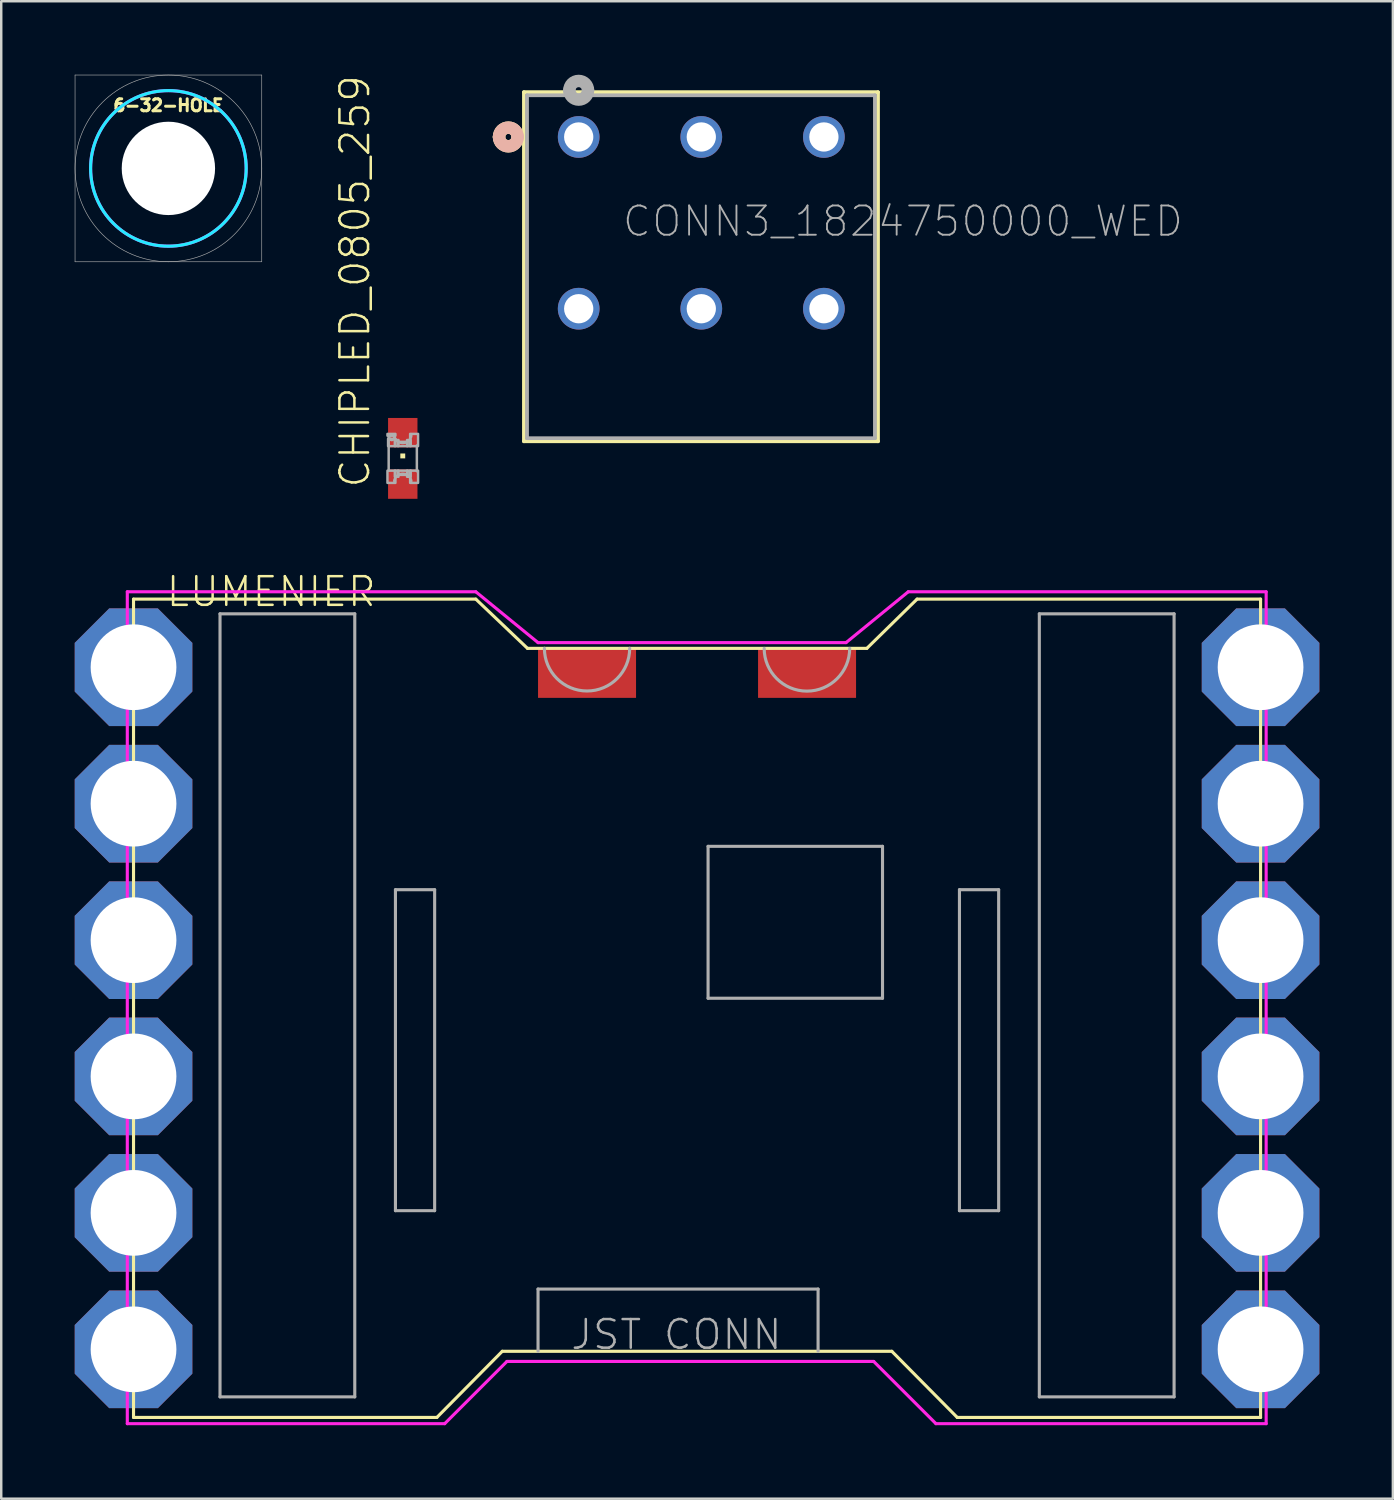
<source format=kicad_pcb>
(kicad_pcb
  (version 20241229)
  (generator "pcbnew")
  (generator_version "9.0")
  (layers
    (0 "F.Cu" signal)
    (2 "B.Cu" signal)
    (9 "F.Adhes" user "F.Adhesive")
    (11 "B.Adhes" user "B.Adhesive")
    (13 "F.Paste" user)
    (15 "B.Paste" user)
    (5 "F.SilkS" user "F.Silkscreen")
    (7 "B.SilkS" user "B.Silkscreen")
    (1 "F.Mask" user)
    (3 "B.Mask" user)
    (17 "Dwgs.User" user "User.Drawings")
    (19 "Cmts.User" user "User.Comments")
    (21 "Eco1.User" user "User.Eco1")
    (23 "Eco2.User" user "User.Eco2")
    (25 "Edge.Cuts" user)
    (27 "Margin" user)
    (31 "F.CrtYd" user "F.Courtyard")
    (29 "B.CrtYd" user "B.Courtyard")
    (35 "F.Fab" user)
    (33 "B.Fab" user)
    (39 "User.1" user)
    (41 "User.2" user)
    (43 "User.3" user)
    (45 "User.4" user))
  (footprint "CONN3_1824750000_WED"
    (layer "F.Cu")
    (at 20.569 2.54)
    (property "Reference" "CONN3_1824750000_WED" (at 1.727 4.14 0) (unlocked yes) (layer "F.Fab") (effects (font (size 1.194 1.194) (thickness 0.076)) (justify left bottom)))
    (fp_line (start -2.235 -1.829) (end -2.235 12.421) (stroke (width 0.152) (type solid)) (layer "F.SilkS"))
    (fp_line (start -2.235 12.421) (end 12.217 12.421) (stroke (width 0.152) (type solid)) (layer "F.SilkS"))
    (fp_line (start 12.217 -1.829) (end -2.235 -1.829) (stroke (width 0.152) (type solid)) (layer "F.SilkS"))
    (fp_line (start 12.217 12.421) (end 12.217 -1.829) (stroke (width 0.152) (type solid)) (layer "F.SilkS"))
    (fp_arc (start -3.2512 0) (mid -2.8702 -0.381) (end -2.4892 0) (stroke (width 0.508) (type solid)) (layer "F.SilkS"))
    (fp_arc (start -2.4892 0) (mid -2.8702 0.381) (end -3.2512 0) (stroke (width 0.508) (type solid)) (layer "F.SilkS"))
    (fp_arc (start -3.2512 0) (mid -2.8702 -0.381) (end -2.4892 0) (stroke (width 0.508) (type solid)) (layer "B.SilkS"))
    (fp_arc (start -2.4892 0) (mid -2.8702 0.381) (end -3.2512 0) (stroke (width 0.508) (type solid)) (layer "B.SilkS"))
    (fp_line (start -2.108 -1.702) (end -2.108 12.294) (stroke (width 0.152) (type solid)) (layer "F.Fab"))
    (fp_line (start -2.108 12.294) (end 12.09 12.294) (stroke (width 0.152) (type solid)) (layer "F.Fab"))
    (fp_line (start 12.09 -1.702) (end -2.108 -1.702) (stroke (width 0.152) (type solid)) (layer "F.Fab"))
    (fp_line (start 12.09 12.294) (end 12.09 -1.702) (stroke (width 0.152) (type solid)) (layer "F.Fab"))
    (fp_arc (start -0.381 -1.905) (mid 0 -2.286) (end 0.381 -1.905) (stroke (width 0.508) (type solid)) (layer "F.Fab"))
    (fp_arc (start 0.381 -1.905) (mid 0 -1.524) (end -0.381 -1.905) (stroke (width 0.508) (type solid)) (layer "F.Fab"))
    (pad "1" thru_hole circle (at 0 0) (size 1.702 1.702) (drill 1.194) (layers "*.Cu" "*.Mask"))
    (pad "2" thru_hole circle (at 0 7.01) (size 1.702 1.702) (drill 1.194) (layers "*.Cu" "*.Mask"))
    (pad "3" thru_hole circle (at 5.004 0) (size 1.702 1.702) (drill 1.194) (layers "*.Cu" "*.Mask"))
    (pad "4" thru_hole circle (at 5.004 7.01) (size 1.702 1.702) (drill 1.194) (layers "*.Cu" "*.Mask"))
    (pad "5" thru_hole circle (at 10.008 0) (size 1.702 1.702) (drill 1.194) (layers "*.Cu" "*.Mask"))
    (pad "6" thru_hole circle (at 10.008 7.01) (size 1.702 1.702) (drill 1.194) (layers "*.Cu" "*.Mask")))
  (footprint "6-32-HOLE"
    (layer "F.Cu")
    (at 3.823 3.823)
    (property "Reference" "6-32-HOLE" (at 0 -2.286 0) (unlocked yes) (layer "F.SilkS") (effects (font (size 0.488 0.488) (thickness 0.122)) (justify bottom)))
    (fp_circle (center 0 0) (end 3.175 0) (stroke (width 0.127) (type solid)) (fill no) (layer "B.CrtYd"))
    (fp_circle (center 0 0) (end 3.175 0) (stroke (width 0.127) (type solid)) (fill no) (layer "F.CrtYd"))
    (fp_line (start -3.81 -3.81) (end 3.81 -3.81) (stroke (width 0.025) (type solid)) (layer "F.Fab"))
    (fp_line (start -3.81 3.81) (end -3.81 -3.81) (stroke (width 0.025) (type solid)) (layer "F.Fab"))
    (fp_line (start 3.81 -3.81) (end 3.81 3.81) (stroke (width 0.025) (type solid)) (layer "F.Fab"))
    (fp_line (start 3.81 3.81) (end -3.81 3.81) (stroke (width 0.025) (type solid)) (layer "F.Fab"))
    (fp_circle (center 0 0) (end 3.81 0) (stroke (width 0.025) (type solid)) (fill no) (layer "F.Fab"))
    (pad "" np_thru_hole circle (at 0 0) (size 3.81 3.81) (drill 3.81) (layers "*.Cu" "*.Mask"))
    (zone (net_name "") (layer "F.Cu") (hatch edge 0.5) (connect_pads) (min_thickness 0.25) (filled_areas_thickness no) (keepout (tracks not_allowed) (vias not_allowed) (pads not_allowed) (copperpour not_allowed) (footprints allowed)) (placement (enabled no)) (fill) (polygon (pts (xy 6.045 3.823) (xy 6.025 3.526) (xy 5.966 3.236) (xy 5.869 2.955) (xy 5.735 2.69) (xy 5.567 2.445) (xy 5.368 2.225) (xy 5.141 2.033) (xy 4.891 1.874) (xy 4.621 1.749) (xy 4.338 1.661) (xy 4.045 1.611) (xy 3.748 1.601) (xy 3.453 1.631) (xy 3.164 1.7) (xy 2.887 1.807) (xy 2.627 1.949) (xy 2.388 2.125) (xy 2.174 2.332) (xy 1.99 2.565) (xy 1.839 2.82) (xy 1.723 3.094) (xy 1.645 3.38) (xy 1.605 3.674) (xy 1.605 3.971) (xy 1.645 4.265) (xy 1.723 4.552) (xy 1.839 4.825) (xy 1.99 5.081) (xy 2.174 5.314) (xy 2.388 5.52) (xy 2.627 5.696) (xy 2.887 5.839) (xy 3.164 5.945) (xy 3.453 6.014) (xy 3.748 6.044) (xy 4.045 6.034) (xy 4.338 5.985) (xy 4.621 5.897) (xy 4.891 5.772) (xy 5.141 5.612) (xy 5.368 5.42) (xy 5.567 5.2) (xy 5.735 4.955) (xy 5.869 4.69) (xy 5.966 4.41) (xy 6.025 4.119))) (polygon (pts (xy 5.918 3.823) (xy 5.898 3.531) (xy 5.837 3.245) (xy 5.737 2.97) (xy 5.6 2.712) (xy 5.428 2.476) (xy 5.225 2.265) (xy 4.994 2.085) (xy 4.741 1.939) (xy 4.47 1.83) (xy 4.187 1.759) (xy 3.896 1.728) (xy 3.604 1.739) (xy 3.316 1.789) (xy 3.038 1.88) (xy 2.775 2.008) (xy 2.533 2.171) (xy 2.315 2.367) (xy 2.127 2.591) (xy 1.972 2.839) (xy 1.854 3.106) (xy 1.773 3.387) (xy 1.732 3.677) (xy 1.732 3.969) (xy 1.773 4.258) (xy 1.854 4.539) (xy 1.972 4.806) (xy 2.127 5.054) (xy 2.315 5.278) (xy 2.533 5.474) (xy 2.775 5.637) (xy 3.038 5.766) (xy 3.316 5.856) (xy 3.604 5.907) (xy 3.896 5.917) (xy 4.187 5.886) (xy 4.47 5.816) (xy 4.741 5.706) (xy 4.994 5.56) (xy 5.225 5.38) (xy 5.428 5.17) (xy 5.6 4.933) (xy 5.737 4.675) (xy 5.837 4.4) (xy 5.898 4.114))))
    (zone (net_name "") (layer "B.Cu") (hatch edge 0.5) (connect_pads) (min_thickness 0.25) (filled_areas_thickness no) (keepout (tracks not_allowed) (vias not_allowed) (pads not_allowed) (copperpour not_allowed) (footprints allowed)) (placement (enabled no)) (fill) (polygon (pts (xy 6.045 3.823) (xy 6.025 3.526) (xy 5.966 3.236) (xy 5.869 2.955) (xy 5.735 2.69) (xy 5.567 2.445) (xy 5.368 2.225) (xy 5.141 2.033) (xy 4.891 1.874) (xy 4.621 1.749) (xy 4.338 1.661) (xy 4.045 1.611) (xy 3.748 1.601) (xy 3.453 1.631) (xy 3.164 1.7) (xy 2.887 1.807) (xy 2.627 1.949) (xy 2.388 2.125) (xy 2.174 2.332) (xy 1.99 2.565) (xy 1.839 2.82) (xy 1.723 3.094) (xy 1.645 3.38) (xy 1.605 3.674) (xy 1.605 3.971) (xy 1.645 4.265) (xy 1.723 4.552) (xy 1.839 4.825) (xy 1.99 5.081) (xy 2.174 5.314) (xy 2.388 5.52) (xy 2.627 5.696) (xy 2.887 5.839) (xy 3.164 5.945) (xy 3.453 6.014) (xy 3.748 6.044) (xy 4.045 6.034) (xy 4.338 5.985) (xy 4.621 5.897) (xy 4.891 5.772) (xy 5.141 5.612) (xy 5.368 5.42) (xy 5.567 5.2) (xy 5.735 4.955) (xy 5.869 4.69) (xy 5.966 4.41) (xy 6.025 4.119))) (polygon (pts (xy 5.918 3.823) (xy 5.898 3.531) (xy 5.837 3.245) (xy 5.737 2.97) (xy 5.6 2.712) (xy 5.428 2.476) (xy 5.225 2.265) (xy 4.994 2.085) (xy 4.741 1.939) (xy 4.47 1.83) (xy 4.187 1.759) (xy 3.896 1.728) (xy 3.604 1.739) (xy 3.316 1.789) (xy 3.038 1.88) (xy 2.775 2.008) (xy 2.533 2.171) (xy 2.315 2.367) (xy 2.127 2.591) (xy 1.972 2.839) (xy 1.854 3.106) (xy 1.773 3.387) (xy 1.732 3.677) (xy 1.732 3.969) (xy 1.773 4.258) (xy 1.854 4.539) (xy 1.972 4.806) (xy 2.127 5.054) (xy 2.315 5.278) (xy 2.533 5.474) (xy 2.775 5.637) (xy 3.038 5.766) (xy 3.316 5.856) (xy 3.604 5.907) (xy 3.896 5.917) (xy 4.187 5.886) (xy 4.47 5.816) (xy 4.741 5.706) (xy 4.994 5.56) (xy 5.225 5.38) (xy 5.428 5.17) (xy 5.6 4.933) (xy 5.737 4.675) (xy 5.837 4.4) (xy 5.898 4.114)))))
  (footprint "CHIPLED_0805_259"
    (layer "F.Cu")
    (at 13.389 15.659)
    (property "Reference" "CHIPLED_0805_259" (at -1.27 1.27 90) (unlocked yes) (layer "F.SilkS") (effects (font (size 1.168 1.168) (thickness 0.102)) (justify left bottom)))
    (fp_poly (pts (xy -0.1 0) (xy 0.1 0) (xy 0.1 -0.2) (xy -0.1 -0.2)) (stroke (width 0) (type default)) (fill yes) (layer "F.SilkS"))
    (fp_line (start -0.575 0.5) (end -0.575 -0.925) (stroke (width 0.102) (type solid)) (layer "F.Fab"))
    (fp_line (start 0.575 -0.525) (end 0.575 0.525) (stroke (width 0.102) (type solid)) (layer "F.Fab"))
    (fp_arc (start -0.35 0.925) (mid -0.000001 0.625027) (end 0.35 0.924998) (stroke (width 0.1016) (type solid)) (layer "F.Fab"))
    (fp_arc (start 0.35 -0.924998) (mid -0.000001 -0.625027) (end -0.35 -0.925) (stroke (width 0.1016) (type solid)) (layer "F.Fab"))
    (fp_circle (center -0.45 -0.85) (end -0.347 -0.85) (stroke (width 0.102) (type solid)) (fill no) (layer "F.Fab"))
    (fp_poly (pts (xy -0.625 -0.925) (xy -0.3 -0.925) (xy -0.3 -1) (xy -0.625 -1)) (stroke (width 0.1) (type default)) (fill no) (layer "F.Fab"))
    (fp_poly (pts (xy -0.625 1) (xy -0.3 1) (xy -0.3 0.5) (xy -0.625 0.5)) (stroke (width 0.1) (type default)) (fill no) (layer "F.Fab"))
    (fp_poly (pts (xy -0.6 -0.5) (xy -0.3 -0.5) (xy -0.3 -0.8) (xy -0.6 -0.8)) (stroke (width 0.1) (type default)) (fill no) (layer "F.Fab"))
    (fp_poly (pts (xy -0.325 -0.5) (xy -0.175 -0.5) (xy -0.175 -0.75) (xy -0.325 -0.75)) (stroke (width 0.1) (type default)) (fill no) (layer "F.Fab"))
    (fp_poly (pts (xy -0.325 0.75) (xy -0.175 0.75) (xy -0.175 0.5) (xy -0.325 0.5)) (stroke (width 0.1) (type default)) (fill no) (layer "F.Fab"))
    (fp_poly (pts (xy -0.2 -0.5) (xy 0.2 -0.5) (xy 0.2 -0.675) (xy -0.2 -0.675)) (stroke (width 0.1) (type default)) (fill no) (layer "F.Fab"))
    (fp_poly (pts (xy -0.2 0.675) (xy 0.2 0.675) (xy 0.2 0.5) (xy -0.2 0.5)) (stroke (width 0.1) (type default)) (fill no) (layer "F.Fab"))
    (fp_poly (pts (xy 0.175 -0.5) (xy 0.325 -0.5) (xy 0.325 -0.75) (xy 0.175 -0.75)) (stroke (width 0.1) (type default)) (fill no) (layer "F.Fab"))
    (fp_poly (pts (xy 0.175 0.75) (xy 0.325 0.75) (xy 0.325 0.5) (xy 0.175 0.5)) (stroke (width 0.1) (type default)) (fill no) (layer "F.Fab"))
    (fp_poly (pts (xy 0.3 -0.5) (xy 0.625 -0.5) (xy 0.625 -1) (xy 0.3 -1)) (stroke (width 0.1) (type default)) (fill no) (layer "F.Fab"))
    (fp_poly (pts (xy 0.3 1) (xy 0.625 1) (xy 0.625 0.5) (xy 0.3 0.5)) (stroke (width 0.1) (type default)) (fill no) (layer "F.Fab"))
    (pad "A" smd rect (at 0 1.05) (size 1.2 1.2) (layers "F.Cu" "F.Mask" "F.Paste"))
    (pad "C" smd rect (at 0 -1.05) (size 1.2 1.2) (layers "F.Cu" "F.Mask" "F.Paste")))
  (footprint "LUMENIER"
    (layer "F.Cu")
    (at 2.4 54.803)
    (property "Reference" "LUMENIER" (at 1.27 -33.02 0) (unlocked yes) (layer "F.SilkS") (effects (font (size 1.168 1.168) (thickness 0.102)) (justify left bottom)))
    (fp_line (start 0 -33.4) (end 0 0) (stroke (width 0.127) (type solid)) (layer "F.SilkS"))
    (fp_line (start 0 -33.4) (end 13.97 -33.4) (stroke (width 0.127) (type solid)) (layer "F.SilkS"))
    (fp_line (start 0 0) (end 12.38 0) (stroke (width 0.127) (type solid)) (layer "F.SilkS"))
    (fp_line (start 12.38 0) (end 15.05 -2.7) (stroke (width 0.127) (type solid)) (layer "F.SilkS"))
    (fp_line (start 13.97 -33.4) (end 16.08 -31.39) (stroke (width 0.127) (type solid)) (layer "F.SilkS"))
    (fp_line (start 15.05 -2.7) (end 16.51 -2.7) (stroke (width 0.127) (type solid)) (layer "F.SilkS"))
    (fp_line (start 16.08 -31.39) (end 16.77 -31.39) (stroke (width 0.127) (type solid)) (layer "F.SilkS"))
    (fp_line (start 16.51 -2.7) (end 27.94 -2.7) (stroke (width 0.127) (type solid)) (layer "F.SilkS"))
    (fp_line (start 16.77 -31.39) (end 20.25 -31.39) (stroke (width 0.127) (type solid)) (layer "F.SilkS"))
    (fp_line (start 20.25 -31.39) (end 29.93 -31.39) (stroke (width 0.127) (type solid)) (layer "F.SilkS"))
    (fp_line (start 27.94 -2.7) (end 30.95 -2.7) (stroke (width 0.127) (type solid)) (layer "F.SilkS"))
    (fp_line (start 29.93 -31.39) (end 31.98 -33.4) (stroke (width 0.127) (type solid)) (layer "F.SilkS"))
    (fp_line (start 30.95 -2.7) (end 33.62 0) (stroke (width 0.127) (type solid)) (layer "F.SilkS"))
    (fp_line (start 31.98 -33.4) (end 46 -33.4) (stroke (width 0.127) (type solid)) (layer "F.SilkS"))
    (fp_line (start 33.62 0) (end 46 0) (stroke (width 0.127) (type solid)) (layer "F.SilkS"))
    (fp_line (start 46 0) (end 46 -33.4) (stroke (width 0.127) (type solid)) (layer "F.SilkS"))
    (fp_line (start -0.254 -33.7) (end 13.97 -33.7) (stroke (width 0.127) (type solid)) (layer "F.CrtYd"))
    (fp_line (start -0.254 0.254) (end -0.254 -33.7) (stroke (width 0.127) (type solid)) (layer "F.CrtYd"))
    (fp_line (start 12.7 0.254) (end -0.254 0.254) (stroke (width 0.127) (type solid)) (layer "F.CrtYd"))
    (fp_line (start 13.97 -33.7) (end 16.51 -31.624) (stroke (width 0.127) (type solid)) (layer "F.CrtYd"))
    (fp_line (start 15.24 -2.286) (end 12.7 0.254) (stroke (width 0.127) (type solid)) (layer "F.CrtYd"))
    (fp_line (start 16.51 -31.624) (end 29.08 -31.624) (stroke (width 0.127) (type solid)) (layer "F.CrtYd"))
    (fp_line (start 29.08 -31.624) (end 31.62 -33.7) (stroke (width 0.127) (type solid)) (layer "F.CrtYd"))
    (fp_line (start 30.21 -2.286) (end 15.24 -2.286) (stroke (width 0.127) (type solid)) (layer "F.CrtYd"))
    (fp_line (start 31.62 -33.7) (end 46.228 -33.7) (stroke (width 0.127) (type solid)) (layer "F.CrtYd"))
    (fp_line (start 32.75 0.254) (end 30.21 -2.286) (stroke (width 0.127) (type solid)) (layer "F.CrtYd"))
    (fp_line (start 46.228 -33.7) (end 46.228 0.254) (stroke (width 0.127) (type solid)) (layer "F.CrtYd"))
    (fp_line (start 46.228 0.254) (end 32.75 0.254) (stroke (width 0.127) (type solid)) (layer "F.CrtYd"))
    (fp_line (start 3.53 -32.8) (end 3.53 -0.84) (stroke (width 0.127) (type solid)) (layer "F.Fab"))
    (fp_line (start 3.53 -0.84) (end 9.03 -0.84) (stroke (width 0.127) (type solid)) (layer "F.Fab"))
    (fp_line (start 9.03 -32.8) (end 3.53 -32.8) (stroke (width 0.127) (type solid)) (layer "F.Fab"))
    (fp_line (start 9.03 -0.84) (end 9.03 -32.8) (stroke (width 0.127) (type solid)) (layer "F.Fab"))
    (fp_line (start 10.69 -21.54) (end 10.69 -8.44) (stroke (width 0.127) (type solid)) (layer "F.Fab"))
    (fp_line (start 10.69 -8.44) (end 12.29 -8.44) (stroke (width 0.127) (type solid)) (layer "F.Fab"))
    (fp_line (start 12.29 -21.54) (end 10.69 -21.54) (stroke (width 0.127) (type solid)) (layer "F.Fab"))
    (fp_line (start 12.29 -8.44) (end 12.29 -21.54) (stroke (width 0.127) (type solid)) (layer "F.Fab"))
    (fp_line (start 16.51 -5.24) (end 27.94 -5.24) (stroke (width 0.127) (type solid)) (layer "F.Fab"))
    (fp_line (start 16.51 -2.7) (end 16.51 -5.24) (stroke (width 0.127) (type solid)) (layer "F.Fab"))
    (fp_line (start 23.45 -23.31) (end 23.45 -17.11) (stroke (width 0.127) (type solid)) (layer "F.Fab"))
    (fp_line (start 23.45 -17.11) (end 30.57 -17.11) (stroke (width 0.127) (type solid)) (layer "F.Fab"))
    (fp_line (start 27.94 -5.24) (end 27.94 -2.7) (stroke (width 0.127) (type solid)) (layer "F.Fab"))
    (fp_line (start 30.57 -23.31) (end 23.45 -23.31) (stroke (width 0.127) (type solid)) (layer "F.Fab"))
    (fp_line (start 30.57 -17.11) (end 30.57 -23.31) (stroke (width 0.127) (type solid)) (layer "F.Fab"))
    (fp_line (start 33.71 -21.54) (end 33.71 -8.44) (stroke (width 0.127) (type solid)) (layer "F.Fab"))
    (fp_line (start 33.71 -8.44) (end 35.31 -8.44) (stroke (width 0.127) (type solid)) (layer "F.Fab"))
    (fp_line (start 35.31 -21.54) (end 33.71 -21.54) (stroke (width 0.127) (type solid)) (layer "F.Fab"))
    (fp_line (start 35.31 -8.44) (end 35.31 -21.54) (stroke (width 0.127) (type solid)) (layer "F.Fab"))
    (fp_line (start 36.97 -32.8) (end 36.97 -0.84) (stroke (width 0.127) (type solid)) (layer "F.Fab"))
    (fp_line (start 36.97 -0.84) (end 42.47 -0.84) (stroke (width 0.127) (type solid)) (layer "F.Fab"))
    (fp_line (start 42.47 -32.8) (end 36.97 -32.8) (stroke (width 0.127) (type solid)) (layer "F.Fab"))
    (fp_line (start 42.47 -0.84) (end 42.47 -32.8) (stroke (width 0.127) (type solid)) (layer "F.Fab"))
    (fp_arc (start 20.25 -31.39) (mid 18.51 -29.65) (end 16.77 -31.39) (stroke (width 0.127) (type solid)) (layer "F.Fab"))
    (fp_arc (start 29.23 -31.39) (mid 27.485 -29.645) (end 25.74 -31.39) (stroke (width 0.127) (type solid)) (layer "F.Fab"))
    (fp_text user "JST CONN" (at 17.78 -2.7 0) (unlocked yes) (layer "F.Fab") (effects (font (size 1.168 1.168) (thickness 0.102)) (justify left bottom)))
    (pad "1" thru_hole roundrect (at 0 -30.62) (size 4.8 4.8) (drill 3.5) (layers "*.Cu" "*.Mask") (roundrect_rratio 0.25) (chamfer_ratio 0.293) (chamfer top_left top_right bottom_left bottom_right))
    (pad "2" thru_hole roundrect (at 0 -25.05) (size 4.8 4.8) (drill 3.5) (layers "*.Cu" "*.Mask") (roundrect_rratio 0.25) (chamfer_ratio 0.293) (chamfer top_left top_right bottom_left bottom_right))
    (pad "3" thru_hole roundrect (at 0 -19.48) (size 4.8 4.8) (drill 3.5) (layers "*.Cu" "*.Mask") (roundrect_rratio 0.25) (chamfer_ratio 0.293) (chamfer top_left top_right bottom_left bottom_right))
    (pad "4" thru_hole roundrect (at 0 -13.92) (size 4.8 4.8) (drill 3.5) (layers "*.Cu" "*.Mask") (roundrect_rratio 0.25) (chamfer_ratio 0.293) (chamfer top_left top_right bottom_left bottom_right))
    (pad "5" thru_hole roundrect (at 0 -8.35) (size 4.8 4.8) (drill 3.5) (layers "*.Cu" "*.Mask") (roundrect_rratio 0.25) (chamfer_ratio 0.293) (chamfer top_left top_right bottom_left bottom_right))
    (pad "6" thru_hole roundrect (at 0 -2.78) (size 4.8 4.8) (drill 3.5) (layers "*.Cu" "*.Mask") (roundrect_rratio 0.25) (chamfer_ratio 0.293) (chamfer top_left top_right bottom_left bottom_right))
    (pad "7" thru_hole roundrect (at 46 -2.78) (size 4.8 4.8) (drill 3.5) (layers "*.Cu" "*.Mask") (roundrect_rratio 0.25) (chamfer_ratio 0.293) (chamfer top_left top_right bottom_left bottom_right))
    (pad "8" thru_hole roundrect (at 46 -8.35) (size 4.8 4.8) (drill 3.5) (layers "*.Cu" "*.Mask") (roundrect_rratio 0.25) (chamfer_ratio 0.293) (chamfer top_left top_right bottom_left bottom_right))
    (pad "9" thru_hole roundrect (at 46 -13.92) (size 4.8 4.8) (drill 3.5) (layers "*.Cu" "*.Mask") (roundrect_rratio 0.25) (chamfer_ratio 0.293) (chamfer top_left top_right bottom_left bottom_right))
    (pad "10" thru_hole roundrect (at 46 -19.48) (size 4.8 4.8) (drill 3.5) (layers "*.Cu" "*.Mask") (roundrect_rratio 0.25) (chamfer_ratio 0.293) (chamfer top_left top_right bottom_left bottom_right))
    (pad "11" thru_hole roundrect (at 46 -25.05) (size 4.8 4.8) (drill 3.5) (layers "*.Cu" "*.Mask") (roundrect_rratio 0.25) (chamfer_ratio 0.293) (chamfer top_left top_right bottom_left bottom_right))
    (pad "12" thru_hole roundrect (at 46 -30.62) (size 4.8 4.8) (drill 3.5) (layers "*.Cu" "*.Mask") (roundrect_rratio 0.25) (chamfer_ratio 0.293) (chamfer top_left top_right bottom_left bottom_right))
    (pad "GND" smd rect (at 18.51 -30.37) (size 4 2) (layers "F.Cu" "F.Mask" "F.Paste"))
    (pad "VIN" smd rect (at 27.49 -30.37) (size 4 2) (layers "F.Cu" "F.Mask" "F.Paste")))
  (gr_rect
    (start -3 -3)
    (end 53.8 58.12)
    (stroke (width 0.1) (type default))
    (fill no)
    (layer "Edge.Cuts")))
</source>
